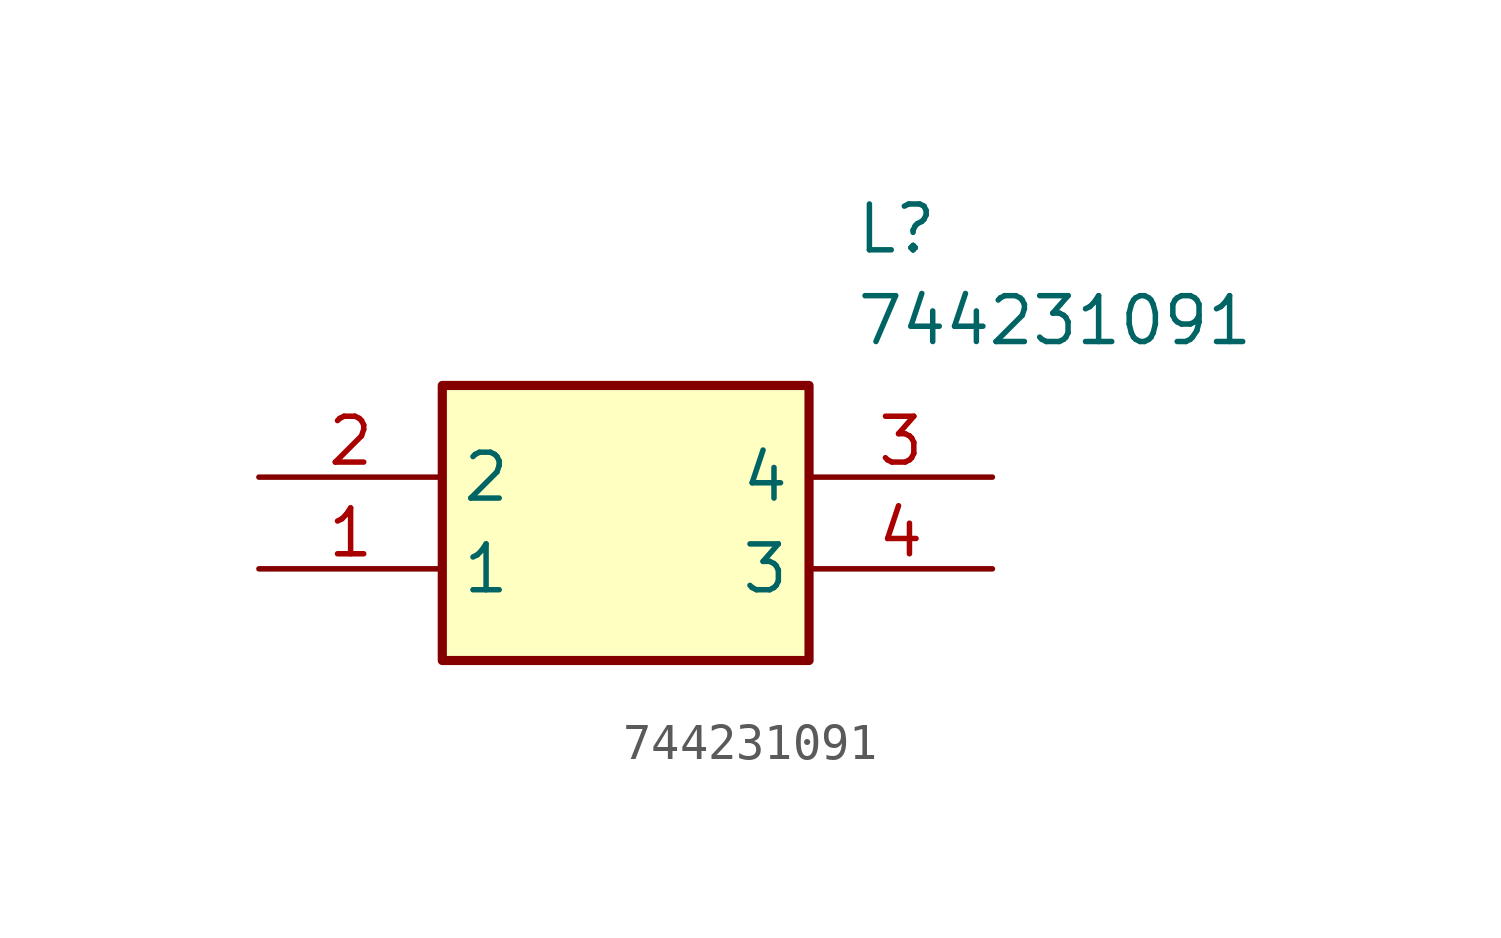
<source format=kicad_sym>
(kicad_symbol_lib
  (version 20211014)
  (generator SamacSys_ECAD_Model)
  (symbol "744231091"
    (property "Reference" "L"
      (at 16.51 7.62 0)
      (effects (font (size 1.27 1.27)) (justify left top)))
    (property "Value" "744231091"
      (at 16.51 5.08 0)
      (effects (font (size 1.27 1.27)) (justify left top)))
    (rectangle
      (start 5.08 2.54)
      (end 15.24 -5.08)
      (stroke (width 0.254) (type default))
      (fill (type background)))
    (pin passive line
      (at 0 -2.54 0)
      (length 5.08)
      (name "1" (effects (font (size 1.27 1.27))))
      (number "1" (effects (font (size 1.27 1.27)))))
    (pin passive line
      (at 0 0 0)
      (length 5.08)
      (name "2" (effects (font (size 1.27 1.27))))
      (number "2" (effects (font (size 1.27 1.27)))))
    (pin passive line
      (at 20.32 0 180)
      (length 5.08)
      (name "4" (effects (font (size 1.27 1.27))))
      (number "3" (effects (font (size 1.27 1.27)))))
    (pin passive line
      (at 20.32 -2.54 180)
      (length 5.08)
      (name "3" (effects (font (size 1.27 1.27))))
      (number "4" (effects (font (size 1.27 1.27)))))))
</source>
